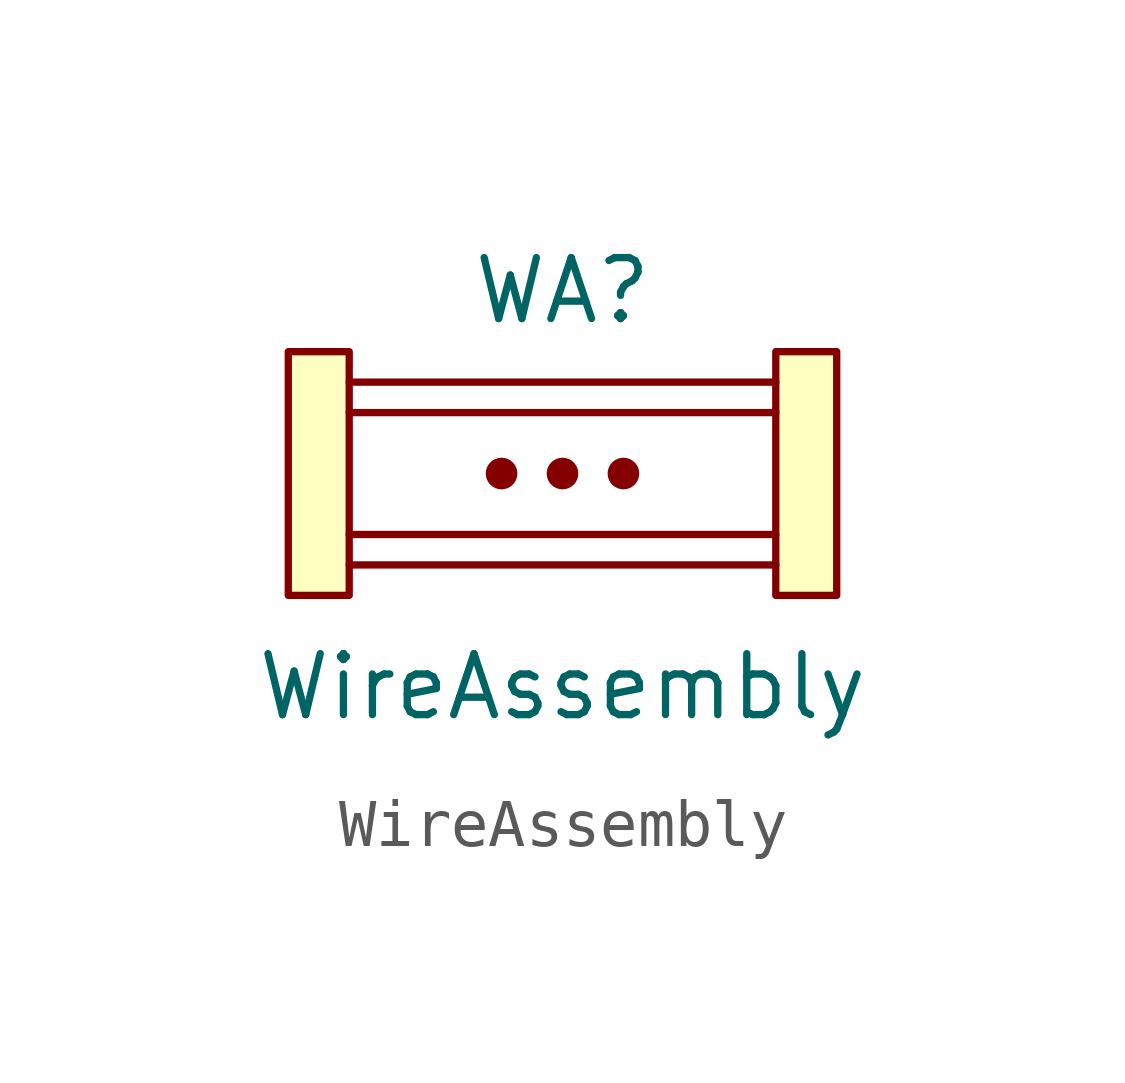
<source format=kicad_sym>
(kicad_symbol_lib
  (version 20211014)
  (generator kicad_symbol_editor)
  (symbol "WireAssembly"
    (pin_numbers hide)
    (pin_names hide)
    (property "Reference" "WA"
      (at 0 3.81 0)
      (effects (font (size 1.27 1.27))))
    (property "Value" "WireAssembly"
      (at 0 -4.445 0)
      (effects (font (size 1.27 1.27))))
    (symbol "WireAssembly_0_1"
      (rectangle (start -5.715 2.54) (end -4.445 -2.54) (stroke (width 0.152) (type default) (color 0 0 0 0)) (fill (type background)))
      (polyline (pts (xy 4.445 -1.905) (xy -4.445 -1.905)) (stroke (width 0.152) (type default) (color 0 0 0 0)) (fill (type none)))
      (polyline (pts (xy 4.445 -1.27) (xy -4.445 -1.27)) (stroke (width 0.152) (type default) (color 0 0 0 0)) (fill (type none)))
      (polyline (pts (xy 4.445 1.27) (xy -4.445 1.27)) (stroke (width 0.152) (type default) (color 0 0 0 0)) (fill (type none)))
      (polyline (pts (xy 4.445 1.905) (xy -4.445 1.905)) (stroke (width 0.152) (type default) (color 0 0 0 0)) (fill (type none)))
      (circle (center 0 0) (radius 0.254) (stroke (width 0.152) (type default) (color 0 0 0 0)) (fill (type outline))))
    (symbol "WireAssembly_1_1"
      (circle (center -1.27 0) (radius 0.254) (stroke (width 0.152) (type default) (color 0 0 0 0)) (fill (type outline)))
      (circle (center 1.27 0) (radius 0.254) (stroke (width 0.152) (type default) (color 0 0 0 0)) (fill (type outline)))
      (rectangle (start 4.445 2.54) (end 5.715 -2.54) (stroke (width 0.152) (type default) (color 0 0 0 0)) (fill (type background))))))
</source>
